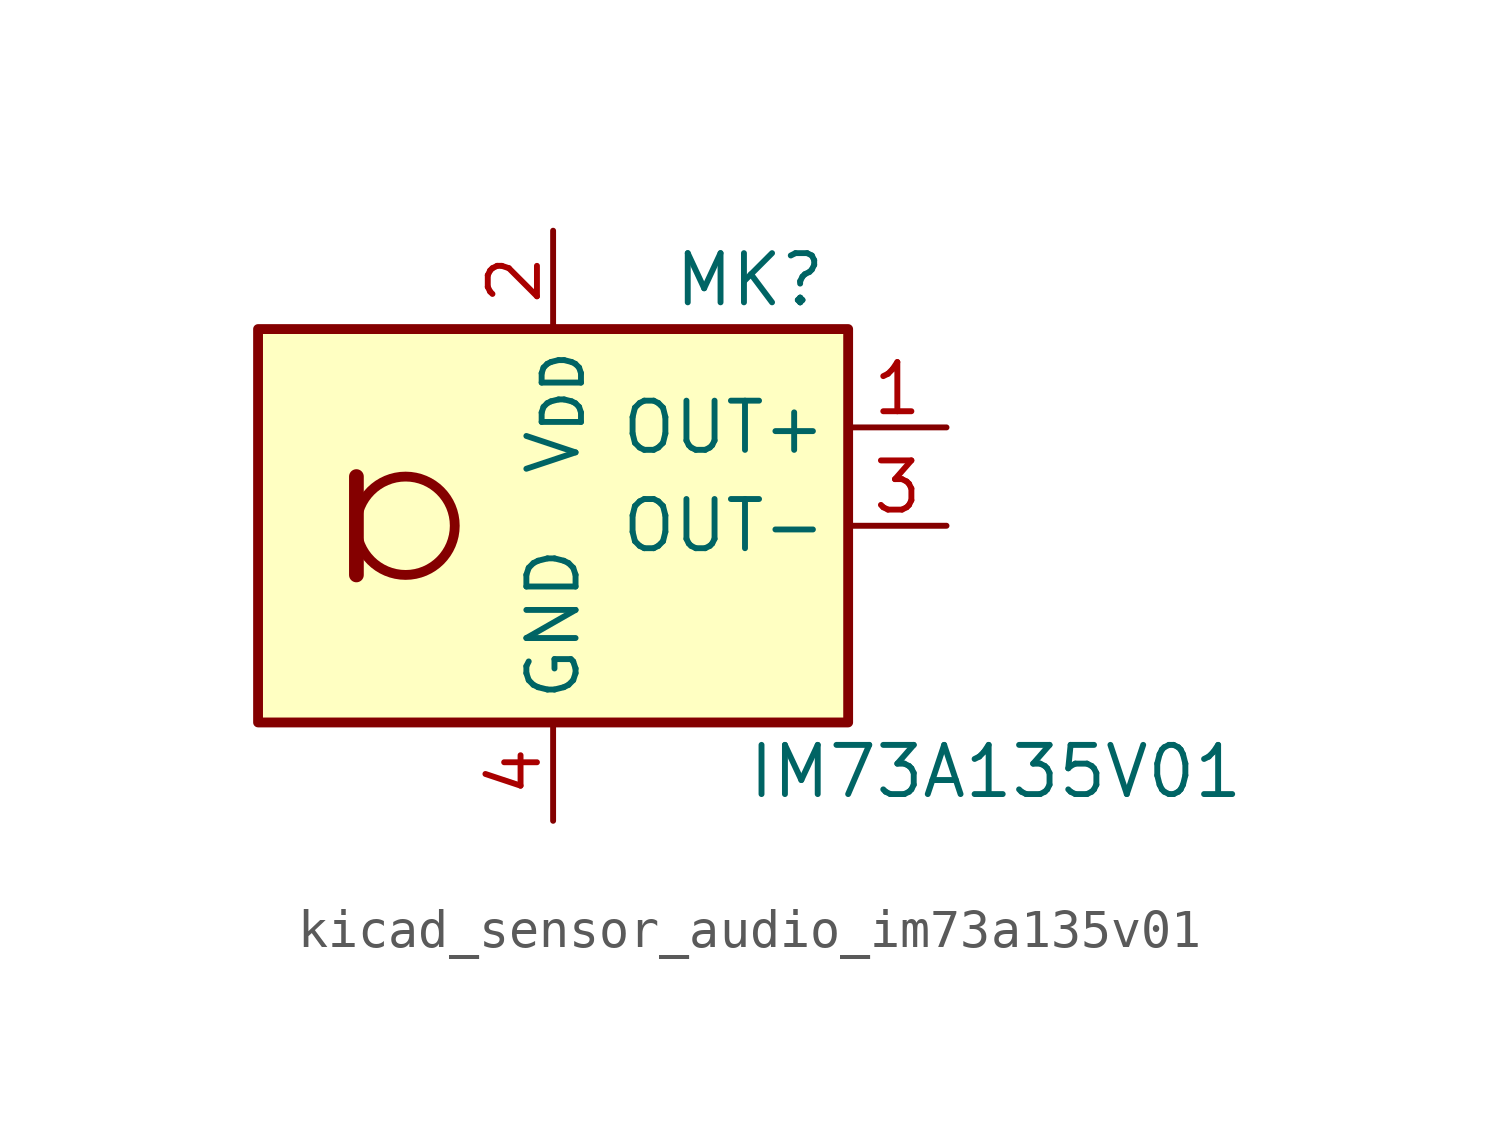
<source format=kicad_sym>
(kicad_symbol_lib
  (version 20220914)
  (generator kicad_symbol_editor)
  (symbol "kicad_sensor_audio_im73a135v01"
    (property "Reference" "MK"
      (at 5.08 6.35 0)
      (effects (font (size 1.27 1.27))))
    (property "Value" "IM73A135V01"
      (at 11.43 -6.35 0)
      (effects (font (size 1.27 1.27))))
    (symbol "kicad_sensor_audio_im73a135v01_1_1"
      (rectangle (start -7.62 5.08) (end 7.62 -5.08) (stroke (width 0.254) (type default)) (fill (type background)))
      (circle (center -3.81 0) (radius 1.27) (stroke (width 0.254) (type default)) (fill (type none)))
      (polyline (pts (xy -5.08 1.27) (xy -5.08 -1.27)) (stroke (width 0.381) (type default)) (fill (type none)))
      (pin output line (at 10.16 2.54 180) (length 2.54) (name "OUT+" (effects (font (size 1.27 1.27)))) (number "1" (effects (font (size 1.27 1.27)))))
      (pin power_in line (at 0 7.62 270) (length 2.54) (name "V_{DD}" (effects (font (size 1.27 1.27)))) (number "2" (effects (font (size 1.27 1.27)))))
      (pin output line (at 10.16 0 180) (length 2.54) (name "OUT-" (effects (font (size 1.27 1.27)))) (number "3" (effects (font (size 1.27 1.27)))))
      (pin power_in line (at 0 -7.62 90) (length 2.54) (name "GND" (effects (font (size 1.27 1.27)))) (number "4" (effects (font (size 1.27 1.27)))))
      (pin passive line (at 0 -7.62 90) (length 2.54) hide (name "GND" (effects (font (size 1.27 1.27)))) (number "5" (effects (font (size 1.27 1.27))))))))
</source>
